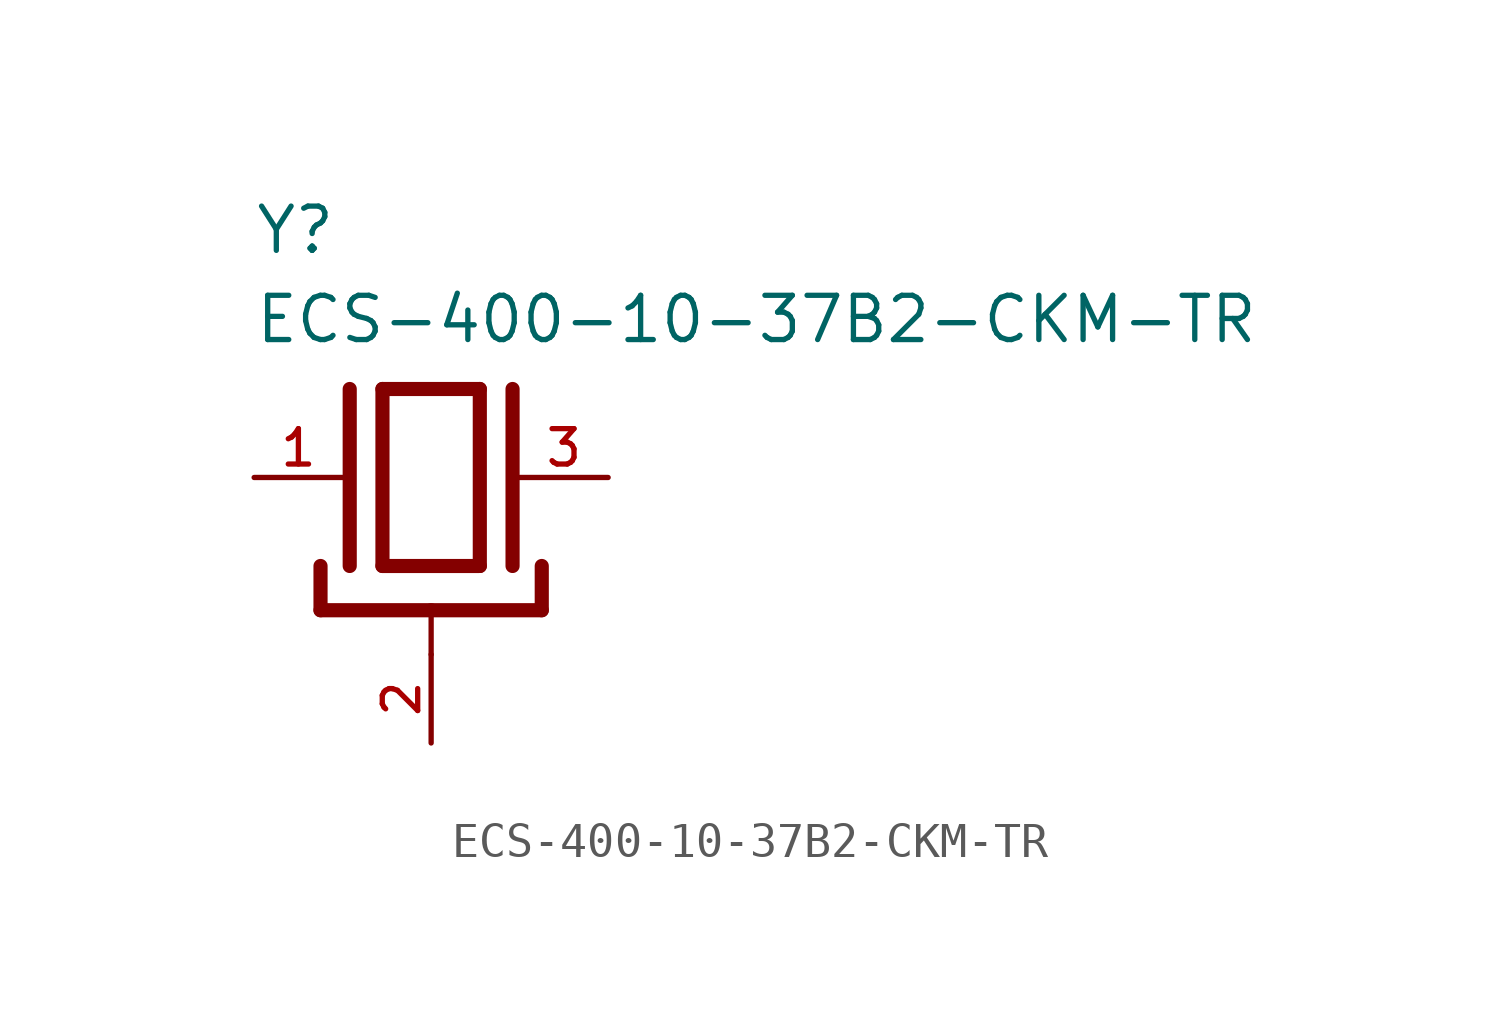
<source format=kicad_sym>
(kicad_symbol_lib
  (version 20211014)
  (generator kicad_symbol_editor)
  (symbol "ECS-400-10-37B2-CKM-TR"
    (pin_names
      (offset 1.016))
    (property "Reference" "Y"
      (at -5.088 6.356 0)
      (effects (font (size 1.27 1.27)) (justify bottom left)))
    (property "Value" "ECS-400-10-37B2-CKM-TR"
      (at -5.094 3.796 0)
      (effects (font (size 1.27 1.27)) (justify bottom left)))
    (symbol "ECS-400-10-37B2-CKM-TR_0_0"
      (polyline (pts (xy -1.397 2.54) (xy 1.397 2.54)) (stroke (width 0.406)))
      (polyline (pts (xy 1.397 2.54) (xy 1.397 -2.54)) (stroke (width 0.406)))
      (polyline (pts (xy 1.397 -2.54) (xy -1.397 -2.54)) (stroke (width 0.406)))
      (polyline (pts (xy -1.397 2.54) (xy -1.397 -2.54)) (stroke (width 0.406)))
      (polyline (pts (xy 2.337 2.54) (xy 2.337 -2.54)) (stroke (width 0.406)))
      (polyline (pts (xy -2.337 2.54) (xy -2.337 -2.54)) (stroke (width 0.406)))
      (polyline (pts (xy -3.175 -2.54) (xy -3.175 -3.81)) (stroke (width 0.406)))
      (polyline (pts (xy -3.175 -3.81) (xy 0.0 -3.81)) (stroke (width 0.406)))
      (polyline (pts (xy 0.0 -3.81) (xy 3.175 -3.81)) (stroke (width 0.406)))
      (polyline (pts (xy 3.175 -3.81) (xy 3.175 -2.54)) (stroke (width 0.406)))
      (polyline (pts (xy 0.0 -5.08) (xy 0.0 -3.81)) (stroke (width 0.152)))
      (pin passive line (at 5.08 0.0 180.0) (length 2.54) (name "~" (effects (font (size 1.016 1.016)))) (number "3" (effects (font (size 1.016 1.016)))))
      (pin passive line (at -5.08 0.0 0) (length 2.54) (name "~" (effects (font (size 1.016 1.016)))) (number "1" (effects (font (size 1.016 1.016)))))
      (pin power_in line (at 0.0 -7.62 90.0) (length 2.54) (name "~" (effects (font (size 1.016 1.016)))) (number "2" (effects (font (size 1.016 1.016))))))))
</source>
